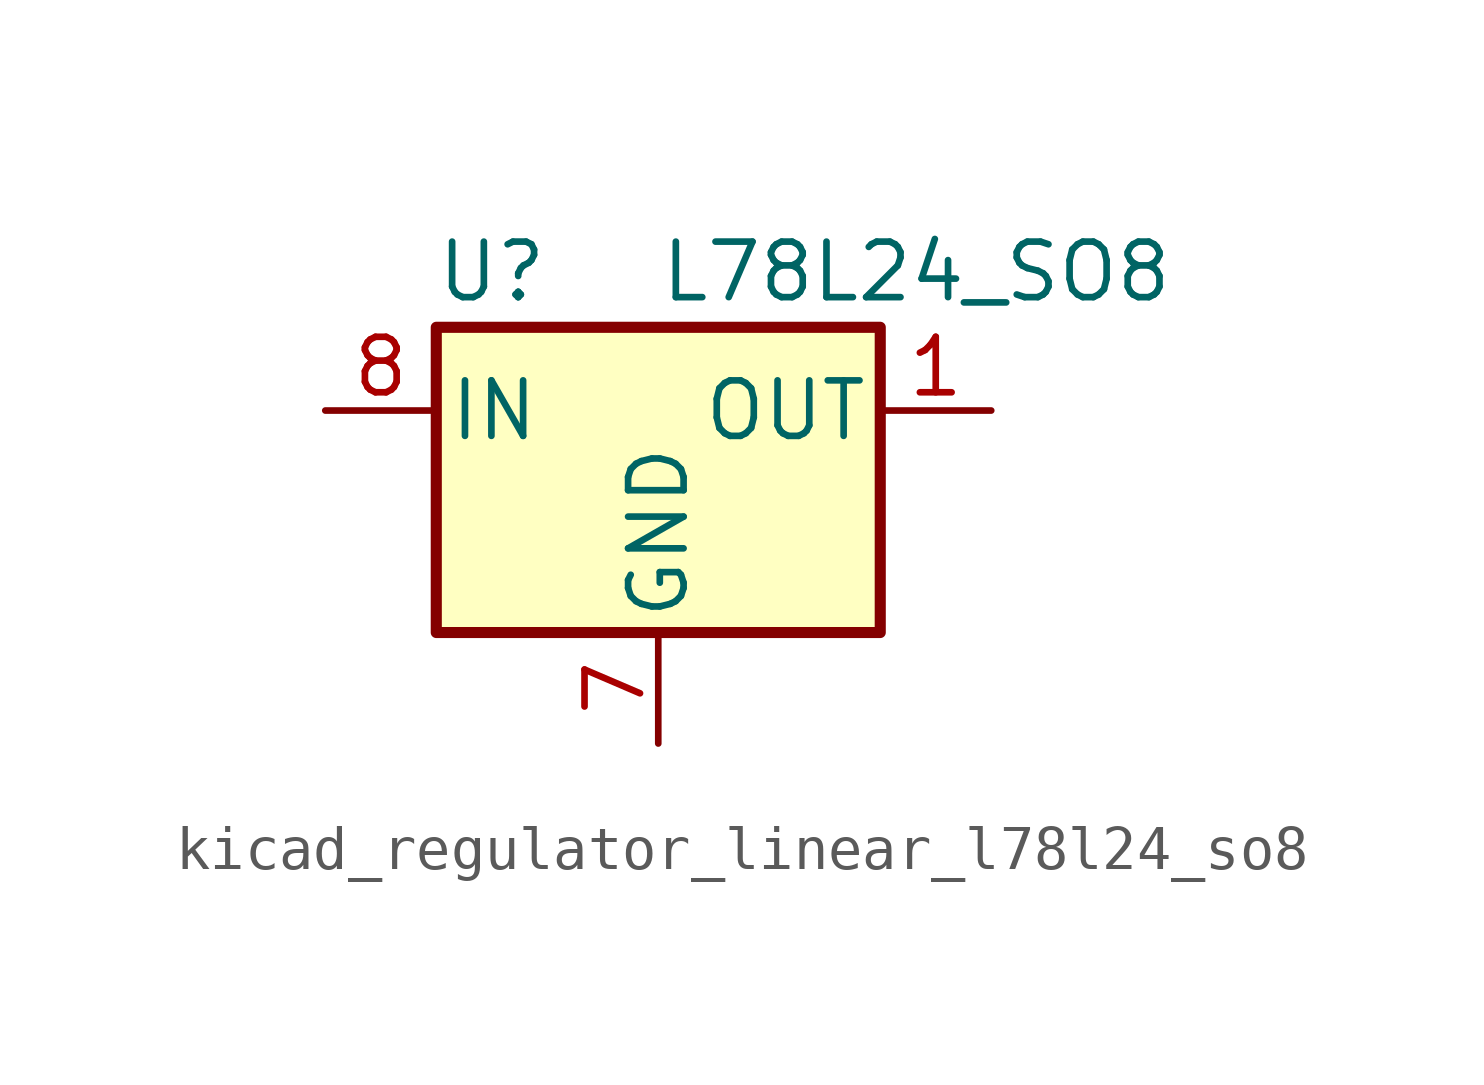
<source format=kicad_sym>
(kicad_symbol_lib
  (version 20220914)
  (generator kicad_symbol_editor)
  (symbol "kicad_regulator_linear_l78l24_so8"
    (pin_names
      (offset 0.254))
    (property "Reference" "U"
      (at -3.81 3.175 0)
      (effects (font (size 1.27 1.27))))
    (property "Value" "L78L24_SO8"
      (at 0 3.175 0)
      (effects (font (size 1.27 1.27)) (justify left)))
    (symbol "kicad_regulator_linear_l78l24_so8_0_1"
      (rectangle (start -5.08 1.905) (end 5.08 -5.08) (stroke (width 0.254) (type default)) (fill (type background))))
    (symbol "kicad_regulator_linear_l78l24_so8_1_1"
      (pin power_out line (at 7.62 0 180) (length 2.54) (name "OUT" (effects (font (size 1.27 1.27)))) (number "1" (effects (font (size 1.27 1.27)))))
      (pin passive line (at 0 -7.62 90) (length 2.54) hide (name "GND" (effects (font (size 1.27 1.27)))) (number "2" (effects (font (size 1.27 1.27)))))
      (pin passive line (at 0 -7.62 90) (length 2.54) hide (name "GND" (effects (font (size 1.27 1.27)))) (number "3" (effects (font (size 1.27 1.27)))))
      (pin no_connect line (at -5.08 -2.54 0) (length 2.54) hide (name "NC" (effects (font (size 1.27 1.27)))) (number "4" (effects (font (size 1.27 1.27)))))
      (pin no_connect line (at 5.08 -2.54 180) (length 2.54) hide (name "NC" (effects (font (size 1.27 1.27)))) (number "5" (effects (font (size 1.27 1.27)))))
      (pin passive line (at 0 -7.62 90) (length 2.54) hide (name "GND" (effects (font (size 1.27 1.27)))) (number "6" (effects (font (size 1.27 1.27)))))
      (pin power_in line (at 0 -7.62 90) (length 2.54) (name "GND" (effects (font (size 1.27 1.27)))) (number "7" (effects (font (size 1.27 1.27)))))
      (pin power_in line (at -7.62 0 0) (length 2.54) (name "IN" (effects (font (size 1.27 1.27)))) (number "8" (effects (font (size 1.27 1.27))))))))
</source>
